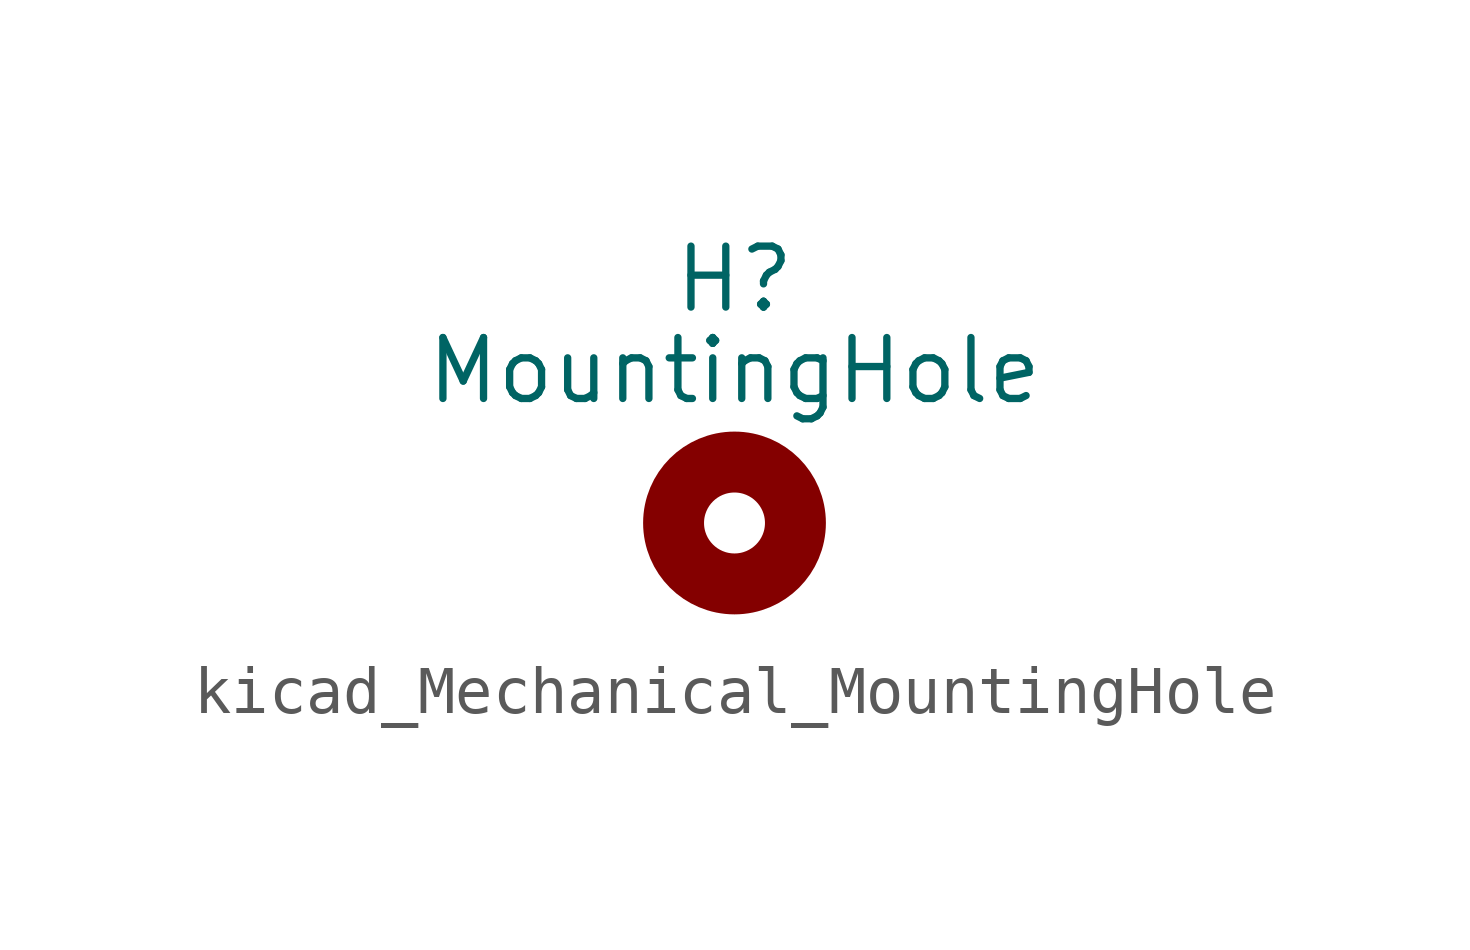
<source format=kicad_sym>
(kicad_symbol_lib
  (version 20220914)
  (generator kicad_symbol_editor)
  (symbol "kicad_Mechanical_MountingHole"
    (pin_names
      (offset 1.016))
    (property "Reference" "H"
      (at 0 5.08 0)
      (effects (font (size 1.27 1.27))))
    (property "Value" "MountingHole"
      (at 0 3.175 0)
      (effects (font (size 1.27 1.27))))
    (symbol "kicad_Mechanical_MountingHole_0_1"
      (circle (center 0 0) (radius 1.27) (stroke (width 1.27) (type default)) (fill (type none))))))
</source>
